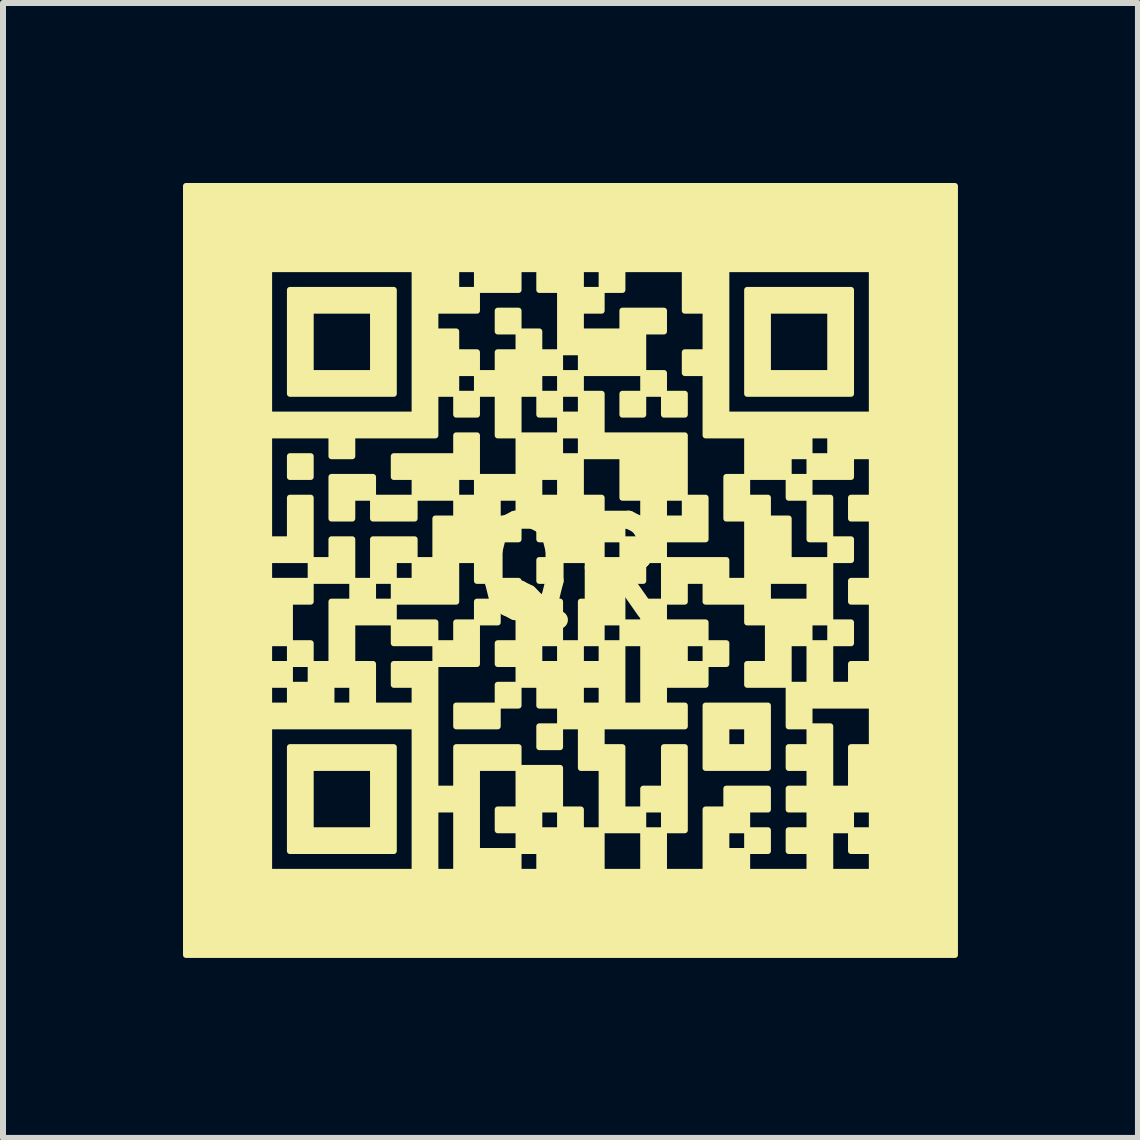
<source format=kicad_pcb>
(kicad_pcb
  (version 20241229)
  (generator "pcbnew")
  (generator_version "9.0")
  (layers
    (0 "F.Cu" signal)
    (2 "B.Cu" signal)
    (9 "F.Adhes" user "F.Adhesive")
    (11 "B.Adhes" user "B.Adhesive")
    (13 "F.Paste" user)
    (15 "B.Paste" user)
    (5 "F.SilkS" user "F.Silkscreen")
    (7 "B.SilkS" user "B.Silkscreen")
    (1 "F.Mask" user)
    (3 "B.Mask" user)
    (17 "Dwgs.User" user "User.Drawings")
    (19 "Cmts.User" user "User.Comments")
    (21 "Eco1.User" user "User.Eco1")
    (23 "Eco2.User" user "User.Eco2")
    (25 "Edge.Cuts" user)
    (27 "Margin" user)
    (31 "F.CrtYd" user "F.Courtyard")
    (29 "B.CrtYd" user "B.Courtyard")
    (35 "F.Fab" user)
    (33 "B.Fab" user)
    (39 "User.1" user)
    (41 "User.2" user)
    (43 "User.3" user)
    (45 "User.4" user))
  (footprint "QR"
    (layer "F.Cu")
    (at 6.446 6.446)
    (property "Reference" "QR" (at 0 0 0) (layer "F.SilkS") (effects (font (size 1.524 1.524) (thickness 0.3))))
    (attr through_hole)
    (fp_poly (pts (xy -4.318 -1.547) (xy -4.491 -1.547) (xy -4.664 -1.547) (xy -4.664 -1.72) (xy -4.664 -1.893) (xy -4.491 -1.893) (xy -4.318 -1.893) (xy -4.318 -1.72) (xy -4.318 -1.547)) (stroke (width 0.1) (type solid)) (fill yes) (layer "F.SilkS"))
    (fp_poly (pts (xy -4.318 1.57) (xy -4.491 1.57) (xy -4.664 1.57) (xy -4.664 1.397) (xy -4.664 1.224) (xy -4.491 1.224) (xy -4.318 1.224) (xy -4.318 1.397) (xy -4.318 1.57)) (stroke (width 0.1) (type solid)) (fill yes) (layer "F.SilkS"))
    (fp_poly (pts (xy -2.586 -0.854) (xy -2.933 -0.854) (xy -3.279 -0.854) (xy -3.279 -1.028) (xy -3.279 -1.201) (xy -2.933 -1.201) (xy -2.586 -1.201) (xy -2.586 -1.028) (xy -2.586 -0.854)) (stroke (width 0.1) (type solid)) (fill yes) (layer "F.SilkS"))
    (fp_poly (pts (xy -2.24 1.224) (xy -2.586 1.224) (xy -2.933 1.224) (xy -2.933 1.051) (xy -2.933 0.877) (xy -2.586 0.877) (xy -2.24 0.877) (xy -2.24 1.051) (xy -2.24 1.224)) (stroke (width 0.1) (type solid)) (fill yes) (layer "F.SilkS"))
    (fp_poly (pts (xy -1.547 -2.586) (xy -1.72 -2.586) (xy -1.893 -2.586) (xy -1.893 -2.759) (xy -1.893 -2.933) (xy -1.72 -2.933) (xy -1.547 -2.933) (xy -1.547 -2.759) (xy -1.547 -2.586)) (stroke (width 0.1) (type solid)) (fill yes) (layer "F.SilkS"))
    (fp_poly (pts (xy -1.201 0.877) (xy -1.374 0.877) (xy -1.547 0.877) (xy -1.547 0.704) (xy -1.547 0.531) (xy -1.374 0.531) (xy -1.201 0.531) (xy -1.201 0.704) (xy -1.201 0.877)) (stroke (width 0.1) (type solid)) (fill yes) (layer "F.SilkS"))
    (fp_poly (pts (xy -1.201 2.609) (xy -1.547 2.609) (xy -1.893 2.609) (xy -1.893 2.436) (xy -1.893 2.263) (xy -1.547 2.263) (xy -1.201 2.263) (xy -1.201 2.436) (xy -1.201 2.609)) (stroke (width 0.1) (type solid)) (fill yes) (layer "F.SilkS"))
    (fp_poly (pts (xy -0.854 -3.972) (xy -1.028 -3.972) (xy -1.201 -3.972) (xy -1.201 -4.145) (xy -1.201 -4.318) (xy -1.028 -4.318) (xy -0.854 -4.318) (xy -0.854 -4.145) (xy -0.854 -3.972)) (stroke (width 0.1) (type solid)) (fill yes) (layer "F.SilkS"))
    (fp_poly (pts (xy -0.854 0.531) (xy -1.028 0.531) (xy -1.201 0.531) (xy -1.201 0.358) (xy -1.201 0.185) (xy -1.028 0.185) (xy -0.854 0.185) (xy -0.854 0.358) (xy -0.854 0.531)) (stroke (width 0.1) (type solid)) (fill yes) (layer "F.SilkS"))
    (fp_poly (pts (xy -0.854 2.263) (xy -1.028 2.263) (xy -1.201 2.263) (xy -1.201 2.09) (xy -1.201 1.917) (xy -1.028 1.917) (xy -0.854 1.917) (xy -0.854 2.09) (xy -0.854 2.263)) (stroke (width 0.1) (type solid)) (fill yes) (layer "F.SilkS"))
    (fp_poly (pts (xy -0.162 -2.586) (xy -0.335 -2.586) (xy -0.508 -2.586) (xy -0.508 -2.759) (xy -0.508 -2.933) (xy -0.335 -2.933) (xy -0.162 -2.933) (xy -0.162 -2.759) (xy -0.162 -2.586)) (stroke (width 0.1) (type solid)) (fill yes) (layer "F.SilkS"))
    (fp_poly (pts (xy -0.162 0.185) (xy -0.335 0.185) (xy -0.508 0.185) (xy -0.508 0.012) (xy -0.508 -0.162) (xy -0.335 -0.162) (xy -0.162 -0.162) (xy -0.162 0.012) (xy -0.162 0.185)) (stroke (width 0.1) (type solid)) (fill yes) (layer "F.SilkS"))
    (fp_poly (pts (xy -0.162 2.956) (xy -0.335 2.956) (xy -0.508 2.956) (xy -0.508 2.782) (xy -0.508 2.609) (xy -0.335 2.609) (xy -0.162 2.609) (xy -0.162 2.782) (xy -0.162 2.956)) (stroke (width 0.1) (type solid)) (fill yes) (layer "F.SilkS"))
    (fp_poly (pts (xy 0.185 -2.933) (xy 0.012 -2.933) (xy -0.162 -2.933) (xy -0.162 -3.106) (xy -0.162 -3.279) (xy 0.012 -3.279) (xy 0.185 -3.279) (xy 0.185 -3.106) (xy 0.185 -2.933)) (stroke (width 0.1) (type solid)) (fill yes) (layer "F.SilkS"))
    (fp_poly (pts (xy 1.224 -2.586) (xy 1.051 -2.586) (xy 0.877 -2.586) (xy 0.877 -2.759) (xy 0.877 -2.933) (xy 1.051 -2.933) (xy 1.224 -2.933) (xy 1.224 -2.759) (xy 1.224 -2.586)) (stroke (width 0.1) (type solid)) (fill yes) (layer "F.SilkS"))
    (fp_poly (pts (xy 1.57 -2.933) (xy 1.397 -2.933) (xy 1.224 -2.933) (xy 1.224 -3.106) (xy 1.224 -3.279) (xy 1.397 -3.279) (xy 1.57 -3.279) (xy 1.57 -3.106) (xy 1.57 -2.933)) (stroke (width 0.1) (type solid)) (fill yes) (layer "F.SilkS"))
    (fp_poly (pts (xy 1.917 -2.586) (xy 1.743 -2.586) (xy 1.57 -2.586) (xy 1.57 -2.759) (xy 1.57 -2.933) (xy 1.743 -2.933) (xy 1.917 -2.933) (xy 1.917 -2.759) (xy 1.917 -2.586)) (stroke (width 0.1) (type solid)) (fill yes) (layer "F.SilkS"))
    (fp_poly (pts (xy 2.609 1.57) (xy 2.436 1.57) (xy 2.263 1.57) (xy 2.263 1.397) (xy 2.263 1.224) (xy 2.436 1.224) (xy 2.609 1.224) (xy 2.609 1.397) (xy 2.609 1.57)) (stroke (width 0.1) (type solid)) (fill yes) (layer "F.SilkS"))
    (fp_poly (pts (xy 3.302 4.687) (xy 3.129 4.687) (xy 2.956 4.687) (xy 2.956 4.514) (xy 2.956 4.341) (xy 3.129 4.341) (xy 3.302 4.341) (xy 3.302 4.514) (xy 3.302 4.687)) (stroke (width 0.1) (type solid)) (fill yes) (layer "F.SilkS"))
    (fp_poly (pts (xy 3.995 -1.201) (xy 3.822 -1.201) (xy 3.648 -1.201) (xy 3.648 -1.374) (xy 3.648 -1.547) (xy 3.822 -1.547) (xy 3.995 -1.547) (xy 3.995 -1.374) (xy 3.995 -1.201)) (stroke (width 0.1) (type solid)) (fill yes) (layer "F.SilkS"))
    (fp_poly (pts (xy 4.341 -0.508) (xy 4.168 -0.508) (xy 3.995 -0.508) (xy 3.995 -0.854) (xy 3.995 -1.201) (xy 4.168 -1.201) (xy 4.341 -1.201) (xy 4.341 -0.854) (xy 4.341 -0.508)) (stroke (width 0.1) (type solid)) (fill yes) (layer "F.SilkS"))
    (fp_poly (pts (xy 4.687 -0.162) (xy 4.514 -0.162) (xy 4.341 -0.162) (xy 4.341 -0.335) (xy 4.341 -0.508) (xy 4.514 -0.508) (xy 4.687 -0.508) (xy 4.687 -0.335) (xy 4.687 -0.162)) (stroke (width 0.1) (type solid)) (fill yes) (layer "F.SilkS"))
    (fp_poly (pts (xy 4.687 1.224) (xy 4.514 1.224) (xy 4.341 1.224) (xy 4.341 1.051) (xy 4.341 0.877) (xy 4.514 0.877) (xy 4.687 0.877) (xy 4.687 1.051) (xy 4.687 1.224)) (stroke (width 0.1) (type solid)) (fill yes) (layer "F.SilkS"))
    (fp_poly (pts (xy -3.625 0.185) (xy -3.972 0.185) (xy -4.318 0.185) (xy -4.318 0.012) (xy -4.318 -0.162) (xy -4.145 -0.162) (xy -3.972 -0.162) (xy -3.972 -0.335) (xy -3.972 -0.508) (xy -3.798 -0.508) (xy -3.625 -0.508) (xy -3.625 -0.162) (xy -3.625 0.185)) (stroke (width 0.1) (type solid)) (fill yes) (layer "F.SilkS"))
    (fp_poly (pts (xy -3.279 -1.201) (xy -3.452 -1.201) (xy -3.625 -1.201) (xy -3.625 -1.028) (xy -3.625 -0.854) (xy -3.798 -0.854) (xy -3.972 -0.854) (xy -3.972 -1.201) (xy -3.972 -1.547) (xy -3.625 -1.547) (xy -3.279 -1.547) (xy -3.279 -1.374) (xy -3.279 -1.201)) (stroke (width 0.1) (type solid)) (fill yes) (layer "F.SilkS"))
    (fp_poly (pts (xy -2.586 -0.162) (xy -2.759 -0.162) (xy -2.933 -0.162) (xy -2.933 0.012) (xy -2.933 0.185) (xy -3.106 0.185) (xy -3.279 0.185) (xy -3.279 -0.162) (xy -3.279 -0.508) (xy -2.933 -0.508) (xy -2.586 -0.508) (xy -2.586 -0.335) (xy -2.586 -0.162)) (stroke (width 0.1) (type solid)) (fill yes) (layer "F.SilkS"))
    (fp_poly (pts (xy -1.547 1.57) (xy -1.893 1.57) (xy -2.24 1.57) (xy -2.24 1.397) (xy -2.24 1.224) (xy -2.067 1.224) (xy -1.893 1.224) (xy -1.893 1.051) (xy -1.893 0.877) (xy -1.72 0.877) (xy -1.547 0.877) (xy -1.547 1.224) (xy -1.547 1.57)) (stroke (width 0.1) (type solid)) (fill yes) (layer "F.SilkS"))
    (fp_poly (pts (xy 1.917 4.341) (xy 1.743 4.341) (xy 1.57 4.341) (xy 1.57 4.168) (xy 1.57 3.995) (xy 1.397 3.995) (xy 1.224 3.995) (xy 1.224 3.822) (xy 1.224 3.648) (xy 1.397 3.648) (xy 1.57 3.648) (xy 1.57 3.302) (xy 1.57 2.956) (xy 1.743 2.956) (xy 1.917 2.956) (xy 1.917 3.648) (xy 1.917 4.341)) (stroke (width 0.1) (type solid)) (fill yes) (layer "F.SilkS"))
    (fp_poly (pts (xy -2.933 -2.933) (xy -3.279 -2.933) (xy -3.279 -3.279) (xy -3.279 -3.798) (xy -3.279 -4.318) (xy -3.798 -4.318) (xy -4.318 -4.318) (xy -4.318 -3.798) (xy -4.318 -3.279) (xy -3.798 -3.279) (xy -3.279 -3.279) (xy -3.279 -2.933) (xy -3.798 -2.933) (xy -4.664 -2.933) (xy -4.664 -3.798) (xy -4.664 -4.664) (xy -3.798 -4.664) (xy -2.933 -4.664) (xy -2.933 -3.798) (xy -2.933 -2.933)) (stroke (width 0.1) (type solid)) (fill yes) (layer "F.SilkS"))
    (fp_poly (pts (xy -2.933 4.687) (xy -3.279 4.687) (xy -3.279 4.341) (xy -3.279 3.822) (xy -3.279 3.302) (xy -3.798 3.302) (xy -4.318 3.302) (xy -4.318 3.822) (xy -4.318 4.341) (xy -3.798 4.341) (xy -3.279 4.341) (xy -3.279 4.687) (xy -3.798 4.687) (xy -4.664 4.687) (xy -4.664 3.822) (xy -4.664 2.956) (xy -3.798 2.956) (xy -2.933 2.956) (xy -2.933 3.822) (xy -2.933 4.687)) (stroke (width 0.1) (type solid)) (fill yes) (layer "F.SilkS"))
    (fp_poly (pts (xy 3.302 3.302) (xy 2.956 3.302) (xy 2.956 2.956) (xy 2.956 2.782) (xy 2.956 2.609) (xy 2.782 2.609) (xy 2.609 2.609) (xy 2.609 2.782) (xy 2.609 2.956) (xy 2.782 2.956) (xy 2.956 2.956) (xy 2.956 3.302) (xy 2.782 3.302) (xy 2.263 3.302) (xy 2.263 2.782) (xy 2.263 2.263) (xy 2.782 2.263) (xy 3.302 2.263) (xy 3.302 2.782) (xy 3.302 3.302)) (stroke (width 0.1) (type solid)) (fill yes) (layer "F.SilkS"))
    (fp_poly (pts (xy 4.687 -2.933) (xy 4.341 -2.933) (xy 4.341 -3.279) (xy 4.341 -3.798) (xy 4.341 -4.318) (xy 3.822 -4.318) (xy 3.302 -4.318) (xy 3.302 -3.798) (xy 3.302 -3.279) (xy 3.822 -3.279) (xy 4.341 -3.279) (xy 4.341 -2.933) (xy 3.822 -2.933) (xy 2.956 -2.933) (xy 2.956 -3.798) (xy 2.956 -4.664) (xy 3.822 -4.664) (xy 4.687 -4.664) (xy 4.687 -3.798) (xy 4.687 -2.933)) (stroke (width 0.1) (type solid)) (fill yes) (layer "F.SilkS"))
    (fp_poly (pts (xy -1.547 -1.547) (xy -1.72 -1.547) (xy -1.893 -1.547) (xy -1.893 -1.374) (xy -1.893 -1.201) (xy -2.24 -1.201) (xy -2.586 -1.201) (xy -2.586 -1.374) (xy -2.586 -1.547) (xy -2.759 -1.547) (xy -2.933 -1.547) (xy -2.933 -1.72) (xy -2.933 -1.893) (xy -2.413 -1.893) (xy -1.893 -1.893) (xy -1.893 -2.067) (xy -1.893 -2.24) (xy -1.72 -2.24) (xy -1.547 -2.24) (xy -1.547 -1.893) (xy -1.547 -1.547)) (stroke (width 0.1) (type solid)) (fill yes) (layer "F.SilkS"))
    (fp_poly (pts (xy -0.162 -3.279) (xy -0.335 -3.279) (xy -0.508 -3.279) (xy -0.508 -3.106) (xy -0.508 -2.933) (xy -0.681 -2.933) (xy -0.854 -2.933) (xy -0.854 -2.586) (xy -0.854 -2.24) (xy -1.028 -2.24) (xy -1.201 -2.24) (xy -1.201 -2.586) (xy -1.201 -2.933) (xy -1.374 -2.933) (xy -1.547 -2.933) (xy -1.547 -3.106) (xy -1.547 -3.279) (xy -1.374 -3.279) (xy -1.201 -3.279) (xy -1.201 -3.452) (xy -1.201 -3.625) (xy -1.028 -3.625) (xy -0.854 -3.625) (xy -0.854 -3.798) (xy -0.854 -3.972) (xy -0.681 -3.972) (xy -0.508 -3.972) (xy -0.508 -3.798) (xy -0.508 -3.625) (xy -0.335 -3.625) (xy -0.162 -3.625) (xy -0.162 -3.452) (xy -0.162 -3.279)) (stroke (width 0.1) (type solid)) (fill yes) (layer "F.SilkS"))
    (fp_poly (pts (xy 2.263 -0.508) (xy 1.917 -0.508) (xy 1.57 -0.508) (xy 1.57 -0.335) (xy 1.57 -0.162) (xy 1.397 -0.162) (xy 1.224 -0.162) (xy 1.224 0.012) (xy 1.224 0.185) (xy 1.051 0.185) (xy 0.877 0.185) (xy 0.877 0.531) (xy 0.877 0.877) (xy 0.704 0.877) (xy 0.531 0.877) (xy 0.531 1.051) (xy 0.531 1.224) (xy 0.358 1.224) (xy 0.185 1.224) (xy 0.185 0.877) (xy 0.185 0.531) (xy 0.358 0.531) (xy 0.531 0.531) (xy 0.531 0.185) (xy 0.531 -0.162) (xy 0.704 -0.162) (xy 0.877 -0.162) (xy 0.877 -0.335) (xy 0.877 -0.508) (xy 1.051 -0.508) (xy 1.224 -0.508) (xy 1.224 -0.854) (xy 1.224 -1.201) (xy 1.051 -1.201) (xy 0.877 -1.201) (xy 0.877 -1.547) (xy 0.877 -1.893) (xy 0.531 -1.893) (xy 0.185 -1.893) (xy 0.185 -2.067) (xy 0.185 -2.24) (xy 0.012 -2.24) (xy -0.162 -2.24) (xy -0.162 -2.413) (xy -0.162 -2.586) (xy 0.012 -2.586) (xy 0.185 -2.586) (xy 0.185 -2.759) (xy 0.185 -2.933) (xy 0.358 -2.933) (xy 0.531 -2.933) (xy 0.531 -2.586) (xy 0.531 -2.24) (xy 1.224 -2.24) (xy 1.917 -2.24) (xy 1.917 -1.72) (xy 1.917 -1.201) (xy 1.743 -1.201) (xy 1.57 -1.201) (xy 1.57 -1.028) (xy 1.57 -0.854) (xy 1.743 -0.854) (xy 1.917 -0.854) (xy 1.917 -1.028) (xy 1.917 -1.201) (xy 2.09 -1.201) (xy 2.263 -1.201) (xy 2.263 -0.854) (xy 2.263 -0.508)) (stroke (width 0.1) (type solid)) (fill yes) (layer "F.SilkS"))
    (fp_poly (pts (xy 4.341 0.877) (xy 4.168 0.877) (xy 3.995 0.877) (xy 3.995 0.531) (xy 3.995 0.358) (xy 3.995 0.185) (xy 3.648 0.185) (xy 3.302 0.185) (xy 3.302 0.358) (xy 3.302 0.531) (xy 3.648 0.531) (xy 3.995 0.531) (xy 3.995 0.877) (xy 3.995 1.051) (xy 3.995 1.224) (xy 3.822 1.224) (xy 3.648 1.224) (xy 3.648 1.57) (xy 3.648 1.917) (xy 3.302 1.917) (xy 2.956 1.917) (xy 2.956 1.743) (xy 2.956 1.57) (xy 3.129 1.57) (xy 3.302 1.57) (xy 3.302 1.224) (xy 3.302 0.877) (xy 3.129 0.877) (xy 2.956 0.877) (xy 2.956 0.704) (xy 2.956 0.531) (xy 2.609 0.531) (xy 2.263 0.531) (xy 2.263 0.358) (xy 2.263 0.185) (xy 2.09 0.185) (xy 1.917 0.185) (xy 1.917 0.358) (xy 1.917 0.531) (xy 1.743 0.531) (xy 1.57 0.531) (xy 1.57 0.185) (xy 1.57 -0.162) (xy 2.09 -0.162) (xy 2.609 -0.162) (xy 2.609 0.012) (xy 2.609 0.185) (xy 2.782 0.185) (xy 2.956 0.185) (xy 2.956 -0.335) (xy 2.956 -0.854) (xy 2.782 -0.854) (xy 2.609 -0.854) (xy 2.609 -1.201) (xy 2.609 -1.547) (xy 2.782 -1.547) (xy 2.956 -1.547) (xy 2.956 -1.374) (xy 2.956 -1.201) (xy 3.129 -1.201) (xy 3.302 -1.201) (xy 3.302 -1.028) (xy 3.302 -0.854) (xy 3.475 -0.854) (xy 3.648 -0.854) (xy 3.648 -0.508) (xy 3.648 -0.162) (xy 3.995 -0.162) (xy 4.341 -0.162) (xy 4.341 0.358) (xy 4.341 0.877)) (stroke (width 0.1) (type solid)) (fill yes) (layer "F.SilkS"))
    (fp_poly (pts (xy 0.877 -0.508) (xy 0.704 -0.508) (xy 0.531 -0.508) (xy 0.531 -0.335) (xy 0.531 -0.162) (xy 0.185 -0.162) (xy -0.162 -0.162) (xy -0.162 -0.335) (xy -0.162 -0.508) (xy -0.162 -1.201) (xy -0.162 -1.374) (xy -0.162 -1.547) (xy -0.335 -1.547) (xy -0.508 -1.547) (xy -0.508 -1.374) (xy -0.508 -1.201) (xy -0.335 -1.201) (xy -0.162 -1.201) (xy -0.162 -0.508) (xy -0.335 -0.508) (xy -0.508 -0.508) (xy -0.508 -0.681) (xy -0.508 -0.854) (xy -0.681 -0.854) (xy -0.854 -0.854) (xy -0.854 -1.028) (xy -0.854 -1.201) (xy -1.028 -1.201) (xy -1.201 -1.201) (xy -1.201 -1.028) (xy -1.201 -0.854) (xy -1.028 -0.854) (xy -0.854 -0.854) (xy -0.854 -0.681) (xy -0.854 -0.508) (xy -1.028 -0.508) (xy -1.201 -0.508) (xy -1.201 -0.162) (xy -1.201 0.185) (xy -1.374 0.185) (xy -1.547 0.185) (xy -1.547 0.012) (xy -1.547 -0.162) (xy -1.72 -0.162) (xy -1.893 -0.162) (xy -1.893 0.185) (xy -1.893 0.531) (xy -2.413 0.531) (xy -2.933 0.531) (xy -2.933 0.358) (xy -2.933 0.185) (xy -2.759 0.185) (xy -2.586 0.185) (xy -2.586 0.012) (xy -2.586 -0.162) (xy -2.413 -0.162) (xy -2.24 -0.162) (xy -2.24 -0.508) (xy -2.24 -0.854) (xy -2.067 -0.854) (xy -1.893 -0.854) (xy -1.893 -1.028) (xy -1.893 -1.201) (xy -1.72 -1.201) (xy -1.547 -1.201) (xy -1.547 -1.374) (xy -1.547 -1.547) (xy -1.201 -1.547) (xy -0.854 -1.547) (xy -0.854 -1.893) (xy -0.854 -2.24) (xy -0.508 -2.24) (xy -0.162 -2.24) (xy -0.162 -2.067) (xy -0.162 -1.893) (xy 0.012 -1.893) (xy 0.185 -1.893) (xy 0.185 -1.547) (xy 0.185 -1.201) (xy 0.358 -1.201) (xy 0.531 -1.201) (xy 0.531 -1.028) (xy 0.531 -0.854) (xy 0.704 -0.854) (xy 0.877 -0.854) (xy 0.877 -0.681) (xy 0.877 -0.508)) (stroke (width 0.1) (type solid)) (fill yes) (layer "F.SilkS"))
    (fp_poly (pts (xy 2.263 1.917) (xy 1.917 1.917) (xy 1.57 1.917) (xy 1.57 2.09) (xy 1.57 2.263) (xy 1.743 2.263) (xy 1.917 2.263) (xy 1.917 2.436) (xy 1.917 2.609) (xy 1.224 2.609) (xy 0.531 2.609) (xy 0.531 2.263) (xy 0.531 2.09) (xy 0.531 1.917) (xy 0.358 1.917) (xy 0.185 1.917) (xy 0.185 2.09) (xy 0.185 2.263) (xy 0.358 2.263) (xy 0.531 2.263) (xy 0.531 2.609) (xy 0.531 2.782) (xy 0.531 2.956) (xy 0.704 2.956) (xy 0.877 2.956) (xy 0.877 3.475) (xy 0.877 3.995) (xy 1.051 3.995) (xy 1.224 3.995) (xy 1.224 4.168) (xy 1.224 4.341) (xy 0.877 4.341) (xy 0.531 4.341) (xy 0.531 3.822) (xy 0.531 3.302) (xy 0.358 3.302) (xy 0.185 3.302) (xy 0.185 2.956) (xy 0.185 2.609) (xy 0.012 2.609) (xy -0.162 2.609) (xy -0.162 2.436) (xy -0.162 2.263) (xy -0.335 2.263) (xy -0.508 2.263) (xy -0.508 2.09) (xy -0.508 1.917) (xy -0.681 1.917) (xy -0.854 1.917) (xy -0.854 1.743) (xy -0.854 1.57) (xy -1.028 1.57) (xy -1.201 1.57) (xy -1.201 1.397) (xy -1.201 1.224) (xy -1.028 1.224) (xy -0.854 1.224) (xy -0.854 0.877) (xy -0.854 0.531) (xy -0.508 0.531) (xy -0.162 0.531) (xy -0.162 0.877) (xy -0.162 1.224) (xy -0.335 1.224) (xy -0.508 1.224) (xy -0.508 1.397) (xy -0.508 1.57) (xy -0.335 1.57) (xy -0.162 1.57) (xy -0.162 1.397) (xy -0.162 1.224) (xy 0.012 1.224) (xy 0.185 1.224) (xy 0.185 1.397) (xy 0.185 1.57) (xy 0.358 1.57) (xy 0.531 1.57) (xy 0.531 1.397) (xy 0.531 1.224) (xy 0.704 1.224) (xy 0.877 1.224) (xy 0.877 1.743) (xy 0.877 2.263) (xy 1.051 2.263) (xy 1.224 2.263) (xy 1.224 1.743) (xy 1.224 1.224) (xy 1.051 1.224) (xy 0.877 1.224) (xy 0.877 1.051) (xy 0.877 0.877) (xy 1.051 0.877) (xy 1.224 0.877) (xy 1.224 0.704) (xy 1.224 0.531) (xy 1.397 0.531) (xy 1.57 0.531) (xy 1.57 0.704) (xy 1.57 0.877) (xy 1.917 0.877) (xy 2.263 0.877) (xy 2.263 1.051) (xy 2.263 1.224) (xy 2.09 1.224) (xy 1.917 1.224) (xy 1.917 1.397) (xy 1.917 1.57) (xy 2.09 1.57) (xy 2.263 1.57) (xy 2.263 1.743) (xy 2.263 1.917)) (stroke (width 0.1) (type solid)) (fill yes) (layer "F.SilkS"))
    (fp_poly (pts (xy 6.419 6.419) (xy 5.034 6.419) (xy 5.034 5.034) (xy 5.034 4.861) (xy 5.034 4.687) (xy 4.861 4.687) (xy 4.687 4.687) (xy 4.687 4.514) (xy 4.687 4.341) (xy 4.861 4.341) (xy 5.034 4.341) (xy 5.034 4.168) (xy 5.034 3.995) (xy 5.034 2.956) (xy 5.034 2.609) (xy 5.034 2.263) (xy 4.514 2.263) (xy 3.995 2.263) (xy 3.995 2.436) (xy 3.995 2.609) (xy 3.822 2.609) (xy 3.648 2.609) (xy 3.648 2.263) (xy 3.648 1.917) (xy 3.822 1.917) (xy 3.995 1.917) (xy 3.995 1.57) (xy 3.995 1.224) (xy 4.168 1.224) (xy 4.341 1.224) (xy 4.341 1.57) (xy 4.341 1.917) (xy 4.514 1.917) (xy 4.687 1.917) (xy 4.687 1.743) (xy 4.687 1.57) (xy 4.861 1.57) (xy 5.034 1.57) (xy 5.034 1.051) (xy 5.034 0.531) (xy 4.861 0.531) (xy 4.687 0.531) (xy 4.687 0.358) (xy 4.687 0.185) (xy 4.861 0.185) (xy 5.034 0.185) (xy 5.034 -0.335) (xy 5.034 -0.854) (xy 4.861 -0.854) (xy 4.687 -0.854) (xy 4.687 -1.028) (xy 4.687 -1.201) (xy 4.861 -1.201) (xy 5.034 -1.201) (xy 5.034 -1.547) (xy 5.034 -1.893) (xy 5.034 -2.586) (xy 5.034 -3.798) (xy 5.034 -5.011) (xy 3.822 -5.011) (xy 2.609 -5.011) (xy 2.609 -3.798) (xy 2.609 -2.586) (xy 3.822 -2.586) (xy 5.034 -2.586) (xy 5.034 -1.893) (xy 4.861 -1.893) (xy 4.687 -1.893) (xy 4.687 -1.72) (xy 4.687 -1.547) (xy 4.341 -1.547) (xy 3.995 -1.547) (xy 3.995 -1.72) (xy 3.995 -1.893) (xy 4.168 -1.893) (xy 4.341 -1.893) (xy 4.341 -2.067) (xy 4.341 -2.24) (xy 4.168 -2.24) (xy 3.995 -2.24) (xy 3.995 -2.067) (xy 3.995 -1.893) (xy 3.822 -1.893) (xy 3.648 -1.893) (xy 3.648 -1.72) (xy 3.648 -1.547) (xy 3.302 -1.547) (xy 2.956 -1.547) (xy 2.956 -1.893) (xy 2.956 -2.24) (xy 2.609 -2.24) (xy 2.263 -2.24) (xy 2.263 -2.759) (xy 2.263 -3.279) (xy 2.09 -3.279) (xy 1.917 -3.279) (xy 1.917 -3.452) (xy 1.917 -3.625) (xy 2.09 -3.625) (xy 2.263 -3.625) (xy 2.263 -3.972) (xy 2.263 -4.318) (xy 2.09 -4.318) (xy 1.917 -4.318) (xy 1.917 -4.664) (xy 1.917 -5.011) (xy 1.397 -5.011) (xy 0.877 -5.011) (xy 0.877 -4.838) (xy 0.877 -4.664) (xy 0.704 -4.664) (xy 0.531 -4.664) (xy 0.531 -4.838) (xy 0.531 -5.011) (xy 0.358 -5.011) (xy 0.185 -5.011) (xy 0.185 -4.838) (xy 0.185 -4.664) (xy 0.358 -4.664) (xy 0.531 -4.664) (xy 0.531 -4.491) (xy 0.531 -4.318) (xy 0.358 -4.318) (xy 0.185 -4.318) (xy 0.185 -4.145) (xy 0.185 -3.972) (xy 0.531 -3.972) (xy 0.877 -3.972) (xy 0.877 -4.145) (xy 0.877 -4.318) (xy 1.224 -4.318) (xy 1.57 -4.318) (xy 1.57 -4.145) (xy 1.57 -3.972) (xy 1.397 -3.972) (xy 1.224 -3.972) (xy 1.224 -3.625) (xy 1.224 -3.279) (xy 0.704 -3.279) (xy 0.185 -3.279) (xy 0.185 -3.452) (xy 0.185 -3.625) (xy 0.012 -3.625) (xy -0.162 -3.625) (xy -0.162 -4.145) (xy -0.162 -4.664) (xy -0.335 -4.664) (xy -0.508 -4.664) (xy -0.508 -4.838) (xy -0.508 -5.011) (xy -0.681 -5.011) (xy -0.854 -5.011) (xy -0.854 -4.838) (xy -0.854 -4.664) (xy -1.201 -4.664) (xy -1.547 -4.664) (xy -1.547 -4.838) (xy -1.547 -5.011) (xy -1.72 -5.011) (xy -1.893 -5.011) (xy -1.893 -4.838) (xy -1.893 -4.664) (xy -1.72 -4.664) (xy -1.547 -4.664) (xy -1.547 -4.491) (xy -1.547 -4.318) (xy -1.893 -4.318) (xy -2.24 -4.318) (xy -2.24 -4.145) (xy -2.24 -3.972) (xy -2.067 -3.972) (xy -1.893 -3.972) (xy -1.893 -3.798) (xy -1.893 -3.625) (xy -1.72 -3.625) (xy -1.547 -3.625) (xy -1.547 -3.452) (xy -1.547 -3.279) (xy -1.72 -3.279) (xy -1.893 -3.279) (xy -1.893 -3.106) (xy -1.893 -2.933) (xy -2.067 -2.933) (xy -2.24 -2.933) (xy -2.24 -2.586) (xy -2.24 -2.24) (xy -2.586 -2.24) (xy -2.586 -2.586) (xy -2.586 -3.798) (xy -2.586 -5.011) (xy -3.798 -5.011) (xy -5.011 -5.011) (xy -5.011 -3.798) (xy -5.011 -2.586) (xy -3.798 -2.586) (xy -2.586 -2.586) (xy -2.586 -2.24) (xy -2.933 -2.24) (xy -3.625 -2.24) (xy -3.625 -2.067) (xy -3.625 -1.893) (xy -3.798 -1.893) (xy -3.972 -1.893) (xy -3.972 -2.067) (xy -3.972 -2.24) (xy -4.491 -2.24) (xy -5.011 -2.24) (xy -5.011 -1.374) (xy -5.011 -0.508) (xy -4.838 -0.508) (xy -4.664 -0.508) (xy -4.664 -0.854) (xy -4.664 -1.201) (xy -4.491 -1.201) (xy -4.318 -1.201) (xy -4.318 -0.681) (xy -4.318 -0.162) (xy -4.664 -0.162) (xy -5.011 -0.162) (xy -5.011 0.012) (xy -5.011 0.185) (xy -4.664 0.185) (xy -4.318 0.185) (xy -4.318 0.358) (xy -4.318 0.531) (xy -4.491 0.531) (xy -4.664 0.531) (xy -4.664 0.877) (xy -4.664 1.224) (xy -4.838 1.224) (xy -5.011 1.224) (xy -5.011 1.397) (xy -5.011 1.57) (xy -4.838 1.57) (xy -4.664 1.57) (xy -4.664 1.743) (xy -4.664 1.917) (xy -4.838 1.917) (xy -5.011 1.917) (xy -5.011 2.09) (xy -5.011 2.263) (xy -4.838 2.263) (xy -4.664 2.263) (xy -4.664 2.09) (xy -4.664 1.917) (xy -4.491 1.917) (xy -4.318 1.917) (xy -4.318 1.743) (xy -4.318 1.57) (xy -4.145 1.57) (xy -3.972 1.57) (xy -3.972 1.051) (xy -3.972 0.531) (xy -3.798 0.531) (xy -3.625 0.531) (xy -3.625 0.358) (xy -3.625 0.185) (xy -3.452 0.185) (xy -3.279 0.185) (xy -3.279 0.358) (xy -3.279 0.531) (xy -3.106 0.531) (xy -2.933 0.531) (xy -2.933 0.704) (xy -2.933 0.877) (xy -3.279 0.877) (xy -3.625 0.877) (xy -3.625 1.224) (xy -3.625 1.57) (xy -3.452 1.57) (xy -3.279 1.57) (xy -3.279 1.917) (xy -3.279 2.263) (xy -2.933 2.263) (xy -2.586 2.263) (xy -2.586 2.09) (xy -2.586 1.917) (xy -2.759 1.917) (xy -2.933 1.917) (xy -2.933 1.743) (xy -2.933 1.57) (xy -2.586 1.57) (xy -2.24 1.57) (xy -2.24 2.609) (xy -2.24 3.648) (xy -2.067 3.648) (xy -1.893 3.648) (xy -1.893 3.302) (xy -1.893 2.956) (xy -1.374 2.956) (xy -0.854 2.956) (xy -0.854 3.129) (xy -0.854 3.302) (xy -1.201 3.302) (xy -1.547 3.302) (xy -1.547 3.995) (xy -1.547 4.687) (xy -1.201 4.687) (xy -0.854 4.687) (xy -0.854 4.861) (xy -0.854 5.034) (xy -0.681 5.034) (xy -0.508 5.034) (xy -0.508 4.861) (xy -0.508 4.687) (xy -0.681 4.687) (xy -0.854 4.687) (xy -0.854 4.514) (xy -0.854 4.341) (xy -1.028 4.341) (xy -1.201 4.341) (xy -1.201 4.168) (xy -1.201 3.995) (xy -1.028 3.995) (xy -0.854 3.995) (xy -0.854 3.648) (xy -0.854 3.302) (xy -0.508 3.302) (xy -0.162 3.302) (xy -0.162 3.648) (xy -0.162 3.995) (xy -0.335 3.995) (xy -0.508 3.995) (xy -0.508 4.168) (xy -0.508 4.341) (xy -0.335 4.341) (xy -0.162 4.341) (xy -0.162 4.168) (xy -0.162 3.995) (xy 0.012 3.995) (xy 0.185 3.995) (xy 0.185 4.168) (xy 0.185 4.341) (xy 0.358 4.341) (xy 0.531 4.341) (xy 0.531 4.687) (xy 0.531 5.034) (xy 0.877 5.034) (xy 1.224 5.034) (xy 1.224 4.687) (xy 1.224 4.341) (xy 1.397 4.341) (xy 1.57 4.341) (xy 1.57 4.687) (xy 1.57 5.034) (xy 1.917 5.034) (xy 2.263 5.034) (xy 2.263 4.514) (xy 2.263 3.995) (xy 2.436 3.995) (xy 2.609 3.995) (xy 2.609 3.822) (xy 2.609 3.648) (xy 2.956 3.648) (xy 3.302 3.648) (xy 3.302 3.822) (xy 3.302 3.995) (xy 3.129 3.995) (xy 2.956 3.995) (xy 2.956 4.168) (xy 2.956 4.341) (xy 2.782 4.341) (xy 2.609 4.341) (xy 2.609 4.514) (xy 2.609 4.687) (xy 2.782 4.687) (xy 2.956 4.687) (xy 2.956 4.861) (xy 2.956 5.034) (xy 3.475 5.034) (xy 3.995 5.034) (xy 3.995 4.861) (xy 3.995 4.687) (xy 3.822 4.687) (xy 3.648 4.687) (xy 3.648 4.514) (xy 3.648 4.341) (xy 3.822 4.341) (xy 3.995 4.341) (xy 3.995 4.168) (xy 3.995 3.995) (xy 3.822 3.995) (xy 3.648 3.995) (xy 3.648 3.822) (xy 3.648 3.648) (xy 3.822 3.648) (xy 3.995 3.648) (xy 3.995 3.475) (xy 3.995 3.302) (xy 3.822 3.302) (xy 3.648 3.302) (xy 3.648 3.129) (xy 3.648 2.956) (xy 3.822 2.956) (xy 3.995 2.956) (xy 3.995 2.782) (xy 3.995 2.609) (xy 4.168 2.609) (xy 4.341 2.609) (xy 4.341 3.129) (xy 4.341 3.648) (xy 4.514 3.648) (xy 4.687 3.648) (xy 4.687 3.302) (xy 4.687 2.956) (xy 4.861 2.956) (xy 5.034 2.956) (xy 5.034 3.995) (xy 4.861 3.995) (xy 4.687 3.995) (xy 4.687 4.168) (xy 4.687 4.341) (xy 4.514 4.341) (xy 4.341 4.341) (xy 4.341 4.687) (xy 4.341 5.034) (xy 4.687 5.034) (xy 5.034 5.034) (xy 5.034 6.419) (xy 0.012 6.419) (xy -1.893 6.419) (xy -1.893 5.034) (xy -1.893 4.514) (xy -1.893 3.995) (xy -2.067 3.995) (xy -2.24 3.995) (xy -2.24 4.514) (xy -2.24 5.034) (xy -2.067 5.034) (xy -1.893 5.034) (xy -1.893 6.419) (xy -2.586 6.419) (xy -2.586 5.034) (xy -2.586 3.822) (xy -2.586 2.609) (xy -3.625 2.609) (xy -3.625 2.263) (xy -3.625 2.09) (xy -3.625 1.917) (xy -3.798 1.917) (xy -3.972 1.917) (xy -3.972 2.09) (xy -3.972 2.263) (xy -3.798 2.263) (xy -3.625 2.263) (xy -3.625 2.609) (xy -3.798 2.609) (xy -5.011 2.609) (xy -5.011 3.822) (xy -5.011 5.034) (xy -3.798 5.034) (xy -2.586 5.034) (xy -2.586 6.419) (xy -6.396 6.419) (xy -6.396 0.012) (xy -6.396 -6.396) (xy 0.012 -6.396) (xy 6.419 -6.396) (xy 6.419 0.012) (xy 6.419 6.419)) (stroke (width 0.1) (type solid)) (fill yes) (layer "F.SilkS")))
  (gr_rect
    (start -3 -3)
    (end 15.915 15.915)
    (stroke (width 0.1) (type default))
    (fill no)
    (layer "Edge.Cuts")))
</source>
